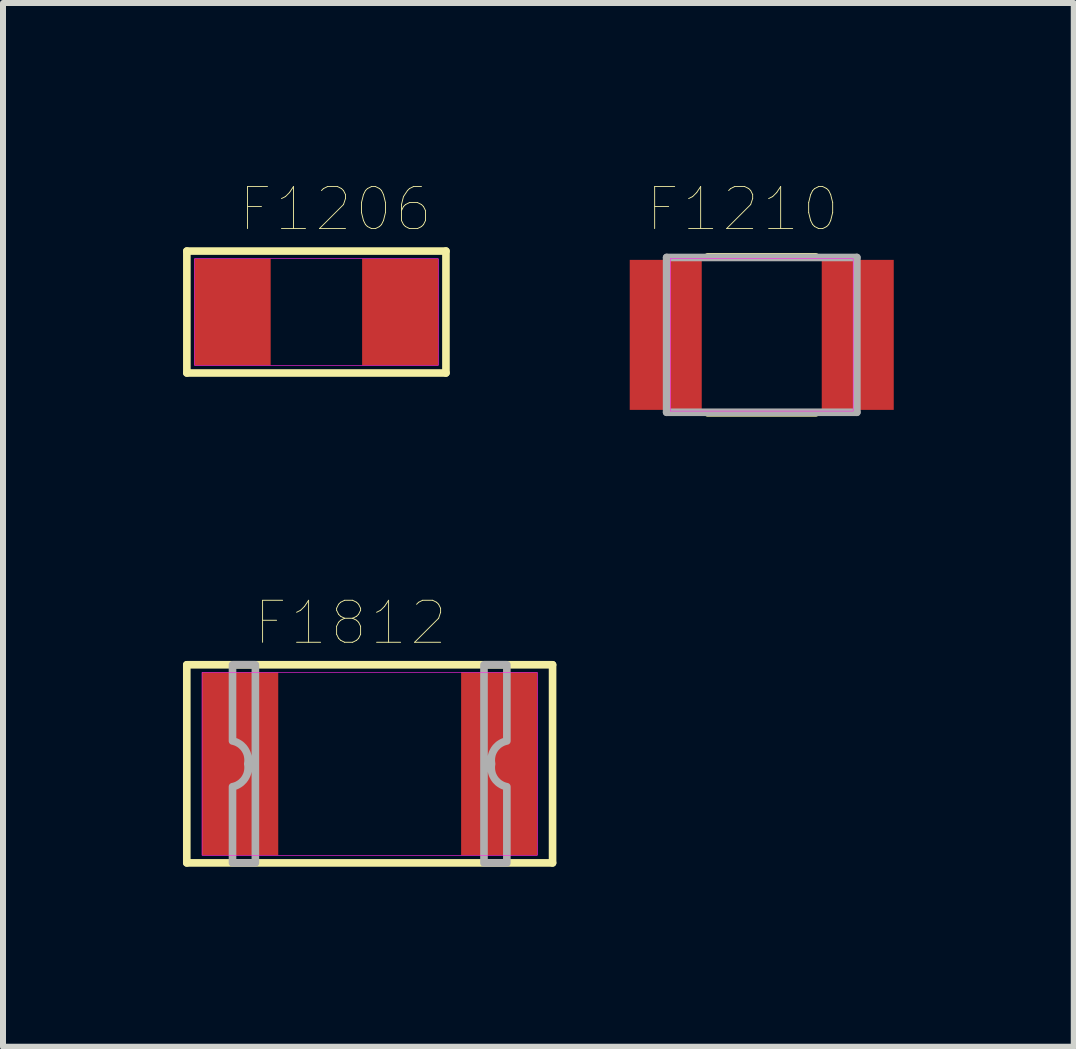
<source format=kicad_pcb>
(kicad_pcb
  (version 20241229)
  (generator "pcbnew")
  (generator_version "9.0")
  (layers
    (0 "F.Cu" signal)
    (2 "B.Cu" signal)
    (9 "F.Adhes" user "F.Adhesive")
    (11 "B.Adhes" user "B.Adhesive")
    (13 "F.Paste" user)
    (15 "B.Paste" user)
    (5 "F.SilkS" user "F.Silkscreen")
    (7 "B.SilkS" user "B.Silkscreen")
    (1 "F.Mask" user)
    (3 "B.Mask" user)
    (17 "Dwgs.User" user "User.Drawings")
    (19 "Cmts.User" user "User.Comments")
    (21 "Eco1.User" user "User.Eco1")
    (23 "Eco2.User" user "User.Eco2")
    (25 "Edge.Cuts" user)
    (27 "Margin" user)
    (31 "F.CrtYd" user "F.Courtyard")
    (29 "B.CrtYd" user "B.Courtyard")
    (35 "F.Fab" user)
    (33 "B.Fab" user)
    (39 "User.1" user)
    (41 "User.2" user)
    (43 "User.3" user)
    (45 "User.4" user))
  (footprint "F1206"
    (layer "F.Cu")
    (at 2.223 2.15)
    (property "Reference" "F1206" (at 0.318 -1.714 0) (layer "F.SilkS") (effects (font (size 0.7 0.7) (thickness 0.015))))
    (attr through_hole)
    (fp_line (start -2.159 -1.016) (end 2.159 -1.016) (stroke (width 0.127) (type solid)) (layer "F.SilkS"))
    (fp_line (start -2.159 1.016) (end -2.159 -1.016) (stroke (width 0.127) (type solid)) (layer "F.SilkS"))
    (fp_line (start 2.159 -1.016) (end 2.159 1.016) (stroke (width 0.127) (type solid)) (layer "F.SilkS"))
    (fp_line (start 2.159 1.016) (end -2.159 1.016) (stroke (width 0.127) (type solid)) (layer "F.SilkS"))
    (fp_poly (pts (xy -2.032 -0.889) (xy 2.032 -0.889) (xy 2.032 0.889) (xy -2.032 0.889)) (stroke (width 0.01) (type solid)) (fill no) (layer "F.CrtYd"))
    (pad "1" smd rect (at -1.397 0) (size 1.27 1.778) (layers "F.Cu" "F.Mask" "F.Paste"))
    (pad "2" smd rect (at 1.397 0) (size 1.27 1.778) (layers "F.Cu" "F.Mask" "F.Paste")))
  (footprint "F1812"
    (layer "F.Cu")
    (at 3.111 9.68)
    (property "Reference" "F1812" (at -0.318 -2.349 0) (layer "F.SilkS") (effects (font (size 0.7 0.7) (thickness 0.015))))
    (attr through_hole)
    (fp_line (start -3.048 -1.651) (end -3.048 1.651) (stroke (width 0.127) (type solid)) (layer "F.SilkS"))
    (fp_line (start -3.048 -1.651) (end 3.048 -1.651) (stroke (width 0.127) (type solid)) (layer "F.SilkS"))
    (fp_line (start 3.048 -1.651) (end 3.048 1.651) (stroke (width 0.127) (type solid)) (layer "F.SilkS"))
    (fp_line (start 3.048 1.651) (end -3.048 1.651) (stroke (width 0.127) (type solid)) (layer "F.SilkS"))
    (fp_poly (pts (xy -2.794 -1.524) (xy 2.794 -1.524) (xy 2.794 1.524) (xy -2.794 1.524)) (stroke (width 0.01) (type solid)) (fill no) (layer "F.CrtYd"))
    (fp_poly (pts (xy -2.286 -1.651) (xy -1.905 -1.651) (xy -1.905 1.651) (xy -2.286 1.651) (xy -2.286 0.381) (xy -2.271 0.378) (xy -2.255 0.373) (xy -2.239 0.368) (xy -2.223 0.362) (xy -2.208 0.355) (xy -2.193 0.347) (xy -2.178 0.338) (xy -2.164 0.329) (xy -2.15 0.319) (xy -2.137 0.308) (xy -2.125 0.296) (xy -2.113 0.284) (xy -2.101 0.272) (xy -2.091 0.258) (xy -2.081 0.245) (xy -2.072 0.23) (xy -2.064 0.216) (xy -2.056 0.2) (xy -2.049 0.185) (xy -2.043 0.169) (xy -2.038 0.153) (xy -2.034 0.136) (xy -2.031 0.12) (xy -2.028 0.103) (xy -2.027 0.086) (xy -2.026 0.069) (xy -2.026 0.052) (xy -2.027 0.035) (xy -2.029 0.018) (xy -2.032 0) (xy -2.029 -0.018) (xy -2.027 -0.035) (xy -2.026 -0.052) (xy -2.026 -0.069) (xy -2.027 -0.086) (xy -2.028 -0.103) (xy -2.031 -0.12) (xy -2.034 -0.136) (xy -2.038 -0.153) (xy -2.043 -0.169) (xy -2.049 -0.185) (xy -2.056 -0.2) (xy -2.064 -0.216) (xy -2.072 -0.23) (xy -2.081 -0.245) (xy -2.091 -0.258) (xy -2.101 -0.272) (xy -2.113 -0.284) (xy -2.125 -0.296) (xy -2.137 -0.308) (xy -2.15 -0.319) (xy -2.164 -0.329) (xy -2.178 -0.338) (xy -2.193 -0.347) (xy -2.208 -0.355) (xy -2.223 -0.362) (xy -2.239 -0.368) (xy -2.255 -0.373) (xy -2.271 -0.378) (xy -2.286 -0.381) (xy -2.286 -1.651)) (stroke (width 0.127) (type solid)) (fill no) (layer "F.Fab"))
    (fp_poly (pts (xy 2.286 1.651) (xy 1.905 1.651) (xy 1.905 -1.651) (xy 2.286 -1.651) (xy 2.286 -0.381) (xy 2.271 -0.378) (xy 2.255 -0.373) (xy 2.239 -0.368) (xy 2.223 -0.362) (xy 2.208 -0.355) (xy 2.193 -0.347) (xy 2.178 -0.338) (xy 2.164 -0.329) (xy 2.15 -0.319) (xy 2.137 -0.308) (xy 2.125 -0.296) (xy 2.113 -0.284) (xy 2.101 -0.272) (xy 2.091 -0.258) (xy 2.081 -0.245) (xy 2.072 -0.23) (xy 2.064 -0.216) (xy 2.056 -0.2) (xy 2.049 -0.185) (xy 2.043 -0.169) (xy 2.038 -0.153) (xy 2.034 -0.136) (xy 2.031 -0.12) (xy 2.028 -0.103) (xy 2.027 -0.086) (xy 2.026 -0.069) (xy 2.026 -0.052) (xy 2.027 -0.035) (xy 2.029 -0.018) (xy 2.032 0) (xy 2.029 0.018) (xy 2.027 0.035) (xy 2.026 0.052) (xy 2.026 0.069) (xy 2.027 0.086) (xy 2.028 0.103) (xy 2.031 0.12) (xy 2.034 0.136) (xy 2.038 0.153) (xy 2.043 0.169) (xy 2.049 0.185) (xy 2.056 0.2) (xy 2.064 0.216) (xy 2.072 0.23) (xy 2.081 0.245) (xy 2.091 0.258) (xy 2.101 0.272) (xy 2.113 0.284) (xy 2.125 0.296) (xy 2.137 0.308) (xy 2.15 0.319) (xy 2.164 0.329) (xy 2.178 0.338) (xy 2.193 0.347) (xy 2.208 0.355) (xy 2.223 0.362) (xy 2.239 0.368) (xy 2.255 0.373) (xy 2.271 0.378) (xy 2.286 0.381) (xy 2.286 1.651)) (stroke (width 0.127) (type solid)) (fill no) (layer "F.Fab"))
    (pad "1" smd rect (at -2.159 0) (size 1.27 3.048) (layers "F.Cu" "F.Mask" "F.Paste"))
    (pad "2" smd rect (at 2.159 0) (size 1.27 3.048) (layers "F.Cu" "F.Mask" "F.Paste")))
  (footprint "F1210"
    (layer "F.Cu")
    (at 9.645 2.531)
    (property "Reference" "F1210" (at -0.318 -2.095 0) (layer "F.SilkS") (effects (font (size 0.7 0.7) (thickness 0.015))))
    (attr through_hole)
    (fp_line (start -0.9 -1.3) (end 0.9 -1.3) (stroke (width 0.127) (type solid)) (layer "F.SilkS"))
    (fp_line (start -0.9 1.3) (end 0.9 1.3) (stroke (width 0.127) (type solid)) (layer "F.SilkS"))
    (fp_poly (pts (xy -1.524 -1.27) (xy 1.524 -1.27) (xy 1.524 1.27) (xy -1.524 1.27)) (stroke (width 0.01) (type solid)) (fill no) (layer "F.CrtYd"))
    (fp_line (start -1.585 -1.29) (end 1.585 -1.29) (stroke (width 0.127) (type solid)) (layer "F.Fab"))
    (fp_line (start -1.585 1.29) (end -1.585 -1.29) (stroke (width 0.127) (type solid)) (layer "F.Fab"))
    (fp_line (start 1.585 -1.29) (end 1.585 1.29) (stroke (width 0.127) (type solid)) (layer "F.Fab"))
    (fp_line (start 1.585 1.29) (end -1.585 1.29) (stroke (width 0.127) (type solid)) (layer "F.Fab"))
    (pad "1" smd rect (at -1.6 0) (size 1.2 2.5) (layers "F.Cu" "F.Mask" "F.Paste"))
    (pad "2" smd rect (at 1.6 0) (size 1.2 2.5) (layers "F.Cu" "F.Mask" "F.Paste")))
  (gr_rect
    (start -3 -3)
    (end 14.845 14.395)
    (stroke (width 0.1) (type default))
    (fill no)
    (layer "Edge.Cuts")))
</source>
